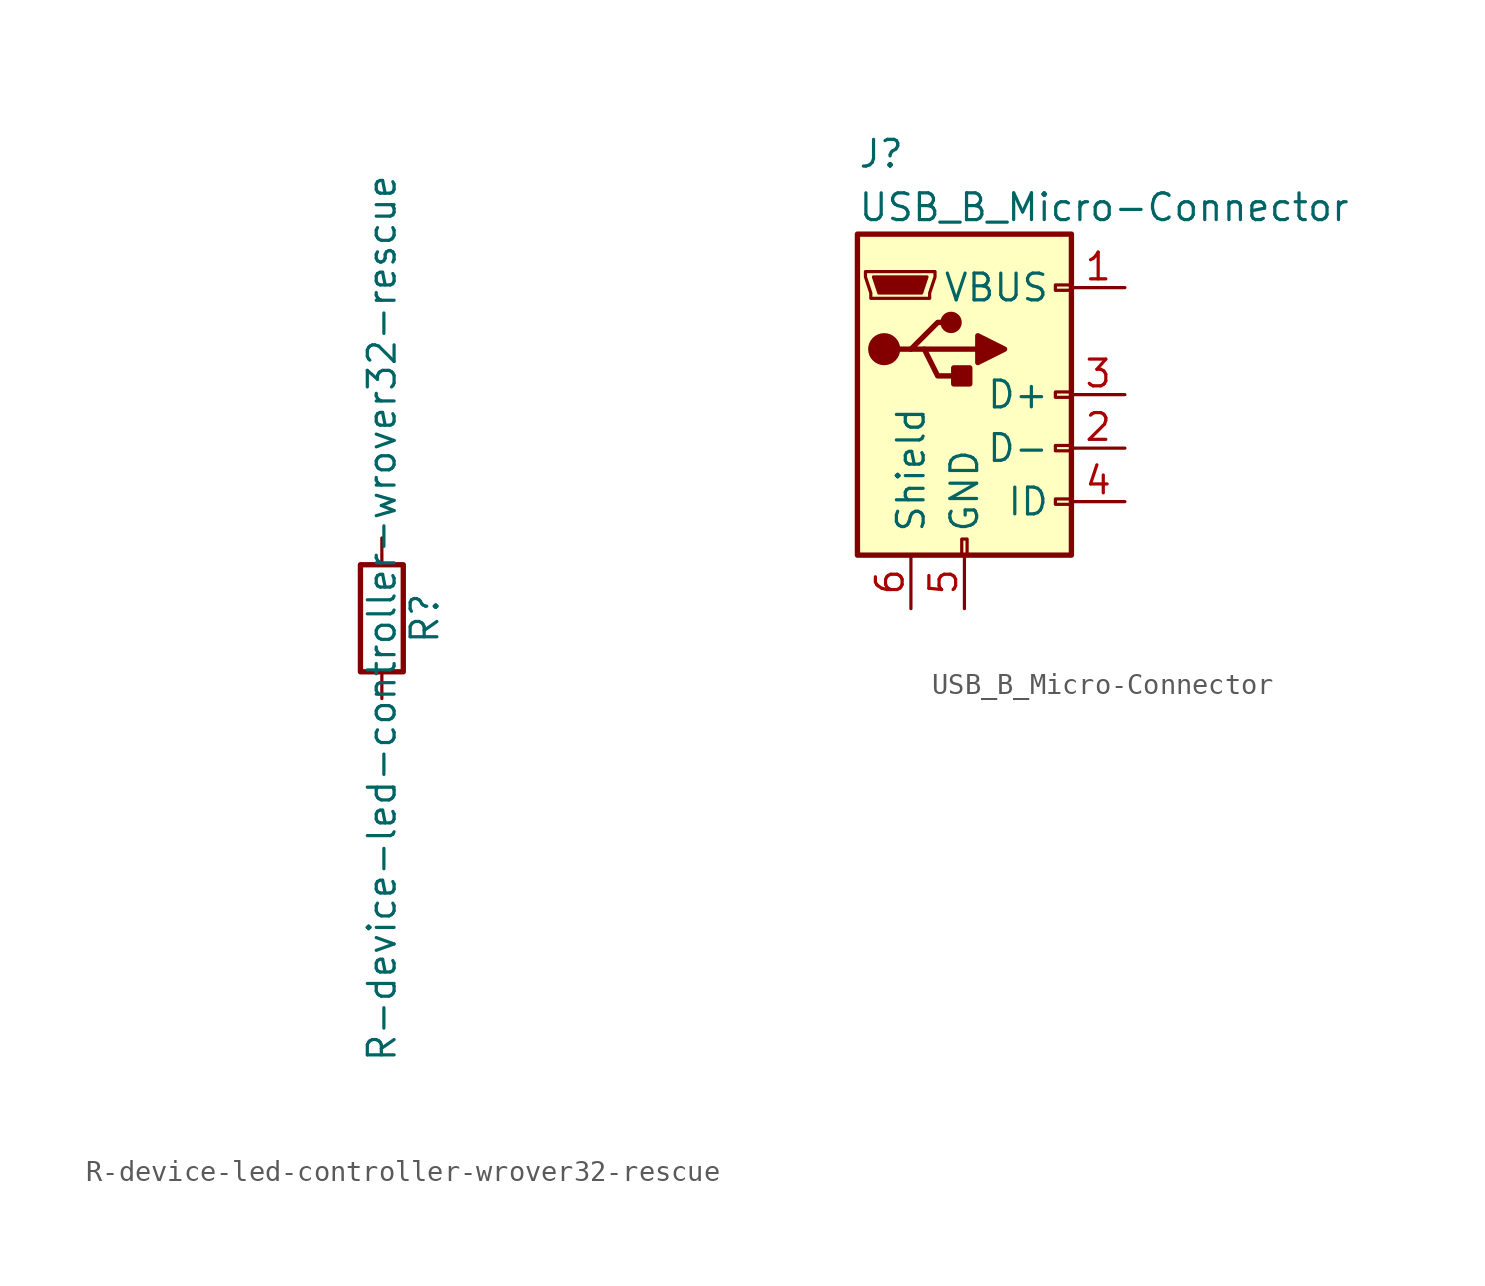
<source format=kicad_sym>
(kicad_symbol_lib
  (version 20211014)
  (generator kicad_symbol_editor)
  (symbol "R-device-led-controller-wrover32-rescue"
    (pin_numbers hide)
    (pin_names
      (offset 0))
    (property "Reference" "R"
      (at 2.032 0 90)
      (effects (font (size 1.27 1.27))))
    (property "Value" "R-device-led-controller-wrover32-rescue"
      (at 0 0 90)
      (effects (font (size 1.27 1.27))))
    (symbol "R-device-led-controller-wrover32-rescue_0_1"
      (rectangle (start -1.016 -2.54) (end 1.016 2.54) (stroke (width 0.254) (type default) (color 0 0 0 0)) (fill (type none))))
    (symbol "R-device-led-controller-wrover32-rescue_1_1"
      (pin passive line (at 0 3.81 270) (length 1.27) (name "~" (effects (font (size 1.27 1.27)))) (number "1" (effects (font (size 1.27 1.27)))))
      (pin passive line (at 0 -3.81 90) (length 1.27) (name "~" (effects (font (size 1.27 1.27)))) (number "2" (effects (font (size 1.27 1.27)))))))
  (symbol "USB_B_Micro-Connector"
    (pin_names
      (offset 1.016))
    (property "Reference" "J"
      (at -5.08 11.43 0)
      (effects (font (size 1.27 1.27)) (justify left)))
    (property "Value" "USB_B_Micro-Connector"
      (at -5.08 8.89 0)
      (effects (font (size 1.27 1.27)) (justify left)))
    (symbol "USB_B_Micro-Connector_0_1"
      (rectangle (start -5.08 -7.62) (end 5.08 7.62) (stroke (width 0.254) (type default) (color 0 0 0 0)) (fill (type background)))
      (circle (center -3.81 2.159) (radius 0.635) (stroke (width 0.254) (type default) (color 0 0 0 0)) (fill (type outline)))
      (circle (center -0.635 3.429) (radius 0.381) (stroke (width 0.254) (type default) (color 0 0 0 0)) (fill (type outline)))
      (rectangle (start -0.127 -7.62) (end 0.127 -6.858) (stroke (width 0) (type default) (color 0 0 0 0)) (fill (type none)))
      (polyline (pts (xy -1.905 2.159) (xy 0.635 2.159)) (stroke (width 0.254) (type default) (color 0 0 0 0)) (fill (type none)))
      (polyline (pts (xy -3.175 2.159) (xy -2.54 2.159) (xy -1.27 3.429) (xy -0.635 3.429)) (stroke (width 0.254) (type default) (color 0 0 0 0)) (fill (type none)))
      (polyline (pts (xy -2.54 2.159) (xy -1.905 2.159) (xy -1.27 0.889) (xy 0 0.889)) (stroke (width 0.254) (type default) (color 0 0 0 0)) (fill (type none)))
      (polyline (pts (xy 0.635 2.794) (xy 0.635 1.524) (xy 1.905 2.159) (xy 0.635 2.794)) (stroke (width 0.254) (type default) (color 0 0 0 0)) (fill (type outline)))
      (polyline (pts (xy -4.318 5.588) (xy -1.778 5.588) (xy -2.032 4.826) (xy -4.064 4.826) (xy -4.318 5.588)) (stroke (width 0) (type default) (color 0 0 0 0)) (fill (type outline)))
      (polyline (pts (xy -4.699 5.842) (xy -4.699 5.588) (xy -4.445 4.826) (xy -4.445 4.572) (xy -1.651 4.572) (xy -1.651 4.826) (xy -1.397 5.588) (xy -1.397 5.842) (xy -4.699 5.842)) (stroke (width 0) (type default) (color 0 0 0 0)) (fill (type none)))
      (rectangle (start 0.254 1.27) (end -0.508 0.508) (stroke (width 0.254) (type default) (color 0 0 0 0)) (fill (type outline)))
      (rectangle (start 5.08 -5.207) (end 4.318 -4.953) (stroke (width 0) (type default) (color 0 0 0 0)) (fill (type none)))
      (rectangle (start 5.08 -2.667) (end 4.318 -2.413) (stroke (width 0) (type default) (color 0 0 0 0)) (fill (type none)))
      (rectangle (start 5.08 -0.127) (end 4.318 0.127) (stroke (width 0) (type default) (color 0 0 0 0)) (fill (type none)))
      (rectangle (start 5.08 4.953) (end 4.318 5.207) (stroke (width 0) (type default) (color 0 0 0 0)) (fill (type none))))
    (symbol "USB_B_Micro-Connector_1_1"
      (pin power_out line (at 7.62 5.08 180) (length 2.54) (name "VBUS" (effects (font (size 1.27 1.27)))) (number "1" (effects (font (size 1.27 1.27)))))
      (pin passive line (at 7.62 -2.54 180) (length 2.54) (name "D-" (effects (font (size 1.27 1.27)))) (number "2" (effects (font (size 1.27 1.27)))))
      (pin passive line (at 7.62 0 180) (length 2.54) (name "D+" (effects (font (size 1.27 1.27)))) (number "3" (effects (font (size 1.27 1.27)))))
      (pin passive line (at 7.62 -5.08 180) (length 2.54) (name "ID" (effects (font (size 1.27 1.27)))) (number "4" (effects (font (size 1.27 1.27)))))
      (pin power_out line (at 0 -10.16 90) (length 2.54) (name "GND" (effects (font (size 1.27 1.27)))) (number "5" (effects (font (size 1.27 1.27)))))
      (pin passive line (at -2.54 -10.16 90) (length 2.54) (name "Shield" (effects (font (size 1.27 1.27)))) (number "6" (effects (font (size 1.27 1.27))))))))
</source>
